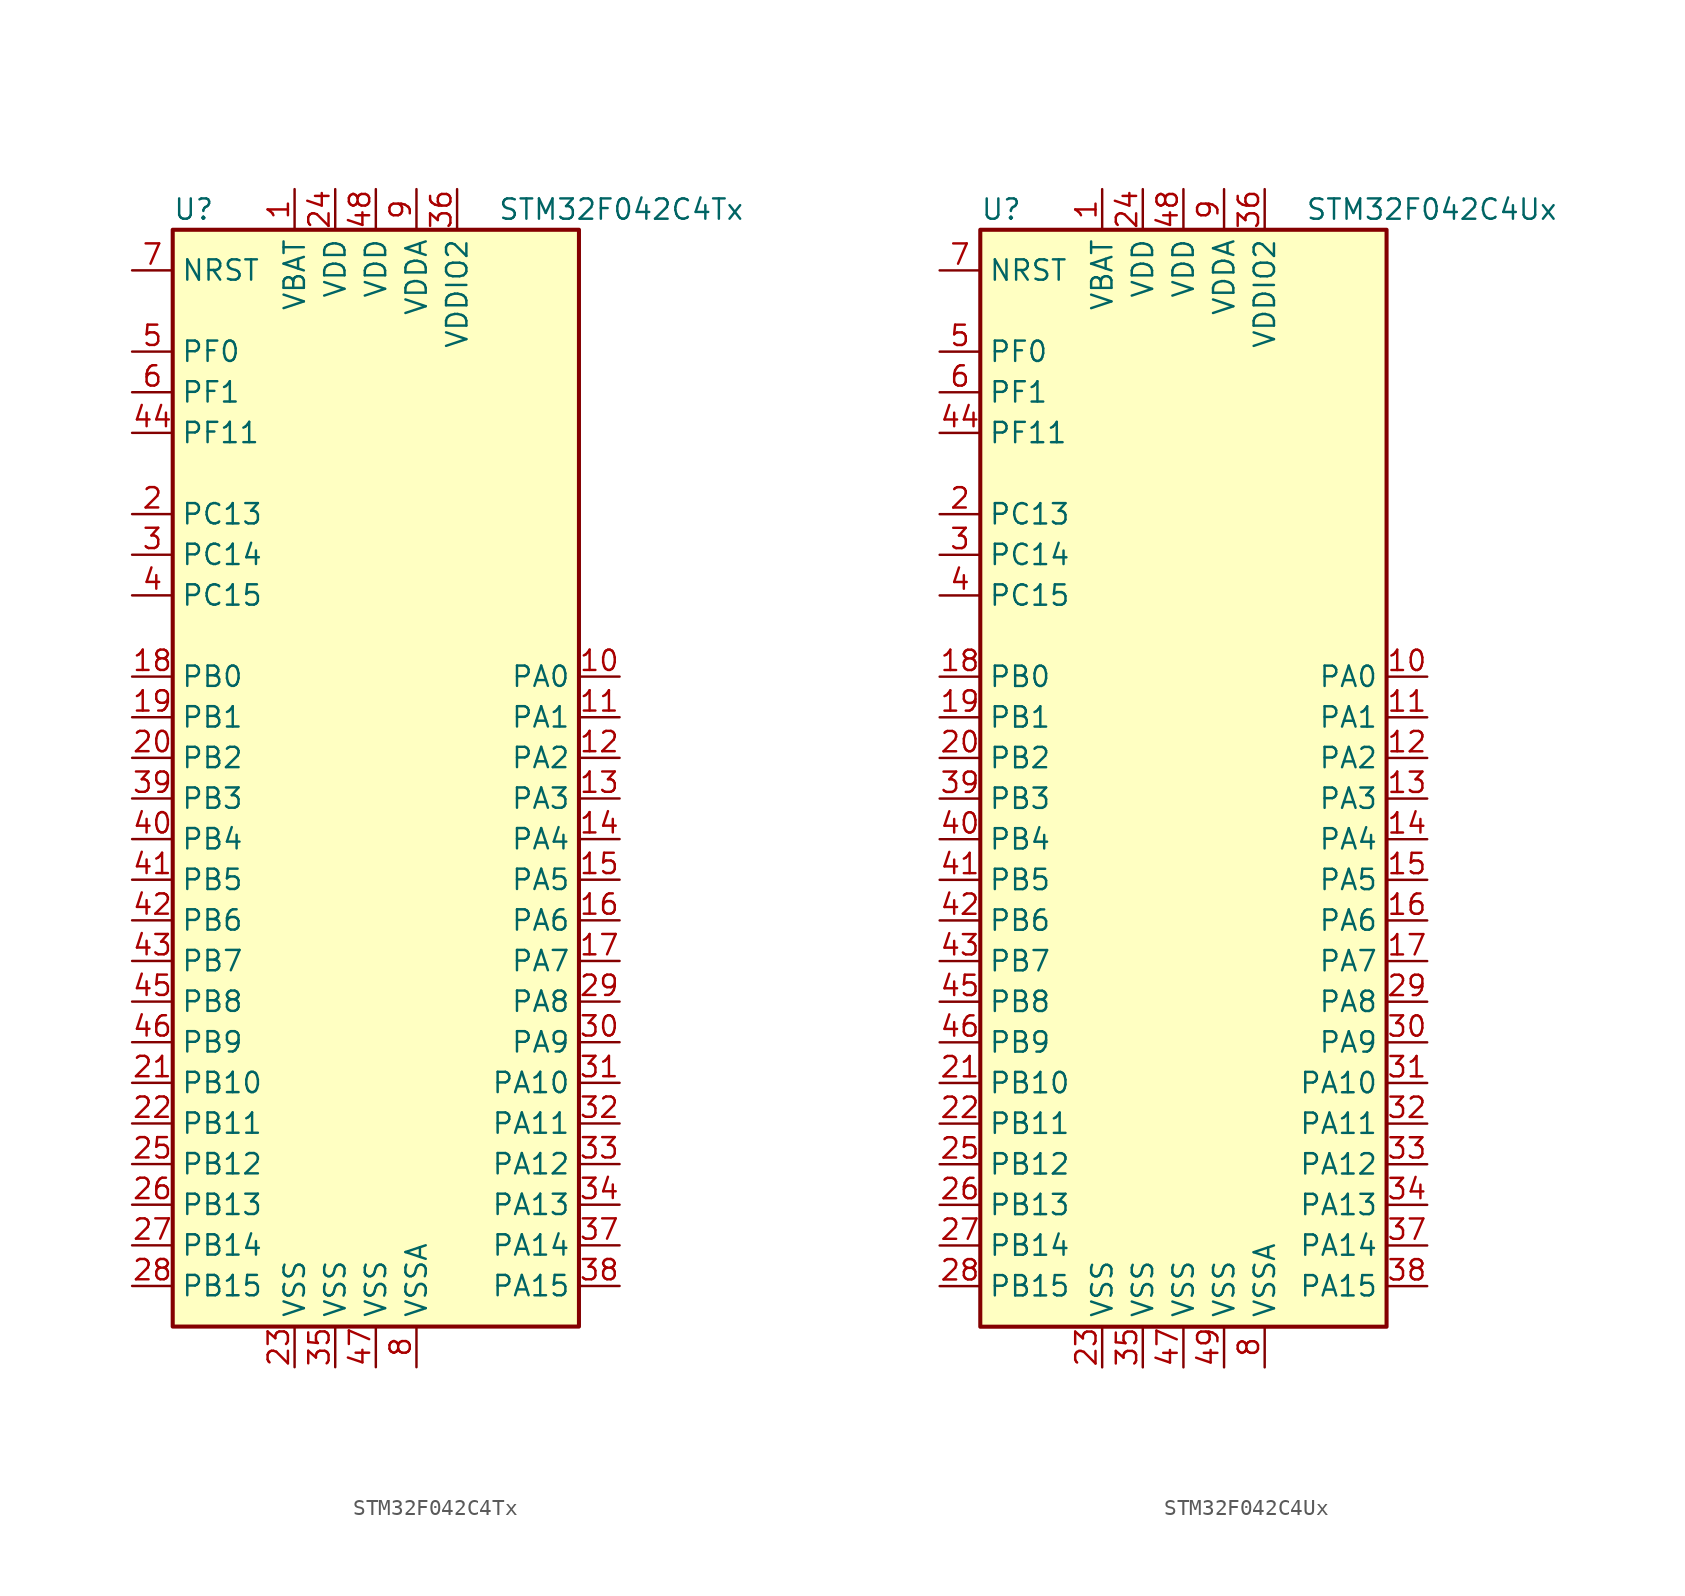
<source format=kicad_sym>
(kicad_symbol_lib
  (version 20201005)
  (generator kicad_symbol_editor)
  (symbol "STM32F042C4Tx"
    (property "Reference" "U"
      (at -12.7 34.29 0)
      (effects (font (size 1.27 1.27)) (justify left)))
    (property "Value" "STM32F042C4Tx"
      (at 7.62 34.29 0)
      (effects (font (size 1.27 1.27)) (justify left)))
    (symbol "STM32F042C4Tx_0_1"
      (rectangle (start -12.7 -35.56) (end 12.7 33.02) (stroke (width 0.254)) (fill (type background))))
    (symbol "STM32F042C4Tx_1_1"
      (pin power_in line (at -5.08 35.56 270) (length 2.54) (name "VBAT" (effects (font (size 1.27 1.27)))) (number "1" (effects (font (size 1.27 1.27)))))
      (pin bidirectional line (at 15.24 5.08 180) (length 2.54) (name "PA0" (effects (font (size 1.27 1.27)))) (number "10" (effects (font (size 1.27 1.27)))))
      (pin bidirectional line (at 15.24 2.54 180) (length 2.54) (name "PA1" (effects (font (size 1.27 1.27)))) (number "11" (effects (font (size 1.27 1.27)))))
      (pin bidirectional line (at 15.24 0 180) (length 2.54) (name "PA2" (effects (font (size 1.27 1.27)))) (number "12" (effects (font (size 1.27 1.27)))))
      (pin bidirectional line (at 15.24 -2.54 180) (length 2.54) (name "PA3" (effects (font (size 1.27 1.27)))) (number "13" (effects (font (size 1.27 1.27)))))
      (pin bidirectional line (at 15.24 -5.08 180) (length 2.54) (name "PA4" (effects (font (size 1.27 1.27)))) (number "14" (effects (font (size 1.27 1.27)))))
      (pin bidirectional line (at 15.24 -7.62 180) (length 2.54) (name "PA5" (effects (font (size 1.27 1.27)))) (number "15" (effects (font (size 1.27 1.27)))))
      (pin bidirectional line (at 15.24 -10.16 180) (length 2.54) (name "PA6" (effects (font (size 1.27 1.27)))) (number "16" (effects (font (size 1.27 1.27)))))
      (pin bidirectional line (at 15.24 -12.7 180) (length 2.54) (name "PA7" (effects (font (size 1.27 1.27)))) (number "17" (effects (font (size 1.27 1.27)))))
      (pin bidirectional line (at -15.24 5.08 0) (length 2.54) (name "PB0" (effects (font (size 1.27 1.27)))) (number "18" (effects (font (size 1.27 1.27)))))
      (pin bidirectional line (at -15.24 2.54 0) (length 2.54) (name "PB1" (effects (font (size 1.27 1.27)))) (number "19" (effects (font (size 1.27 1.27)))))
      (pin bidirectional line (at -15.24 15.24 0) (length 2.54) (name "PC13" (effects (font (size 1.27 1.27)))) (number "2" (effects (font (size 1.27 1.27)))))
      (pin bidirectional line (at -15.24 0 0) (length 2.54) (name "PB2" (effects (font (size 1.27 1.27)))) (number "20" (effects (font (size 1.27 1.27)))))
      (pin bidirectional line (at -15.24 -20.32 0) (length 2.54) (name "PB10" (effects (font (size 1.27 1.27)))) (number "21" (effects (font (size 1.27 1.27)))))
      (pin bidirectional line (at -15.24 -22.86 0) (length 2.54) (name "PB11" (effects (font (size 1.27 1.27)))) (number "22" (effects (font (size 1.27 1.27)))))
      (pin power_in line (at -5.08 -38.1 90) (length 2.54) (name "VSS" (effects (font (size 1.27 1.27)))) (number "23" (effects (font (size 1.27 1.27)))))
      (pin power_in line (at -2.54 35.56 270) (length 2.54) (name "VDD" (effects (font (size 1.27 1.27)))) (number "24" (effects (font (size 1.27 1.27)))))
      (pin bidirectional line (at -15.24 -25.4 0) (length 2.54) (name "PB12" (effects (font (size 1.27 1.27)))) (number "25" (effects (font (size 1.27 1.27)))))
      (pin bidirectional line (at -15.24 -27.94 0) (length 2.54) (name "PB13" (effects (font (size 1.27 1.27)))) (number "26" (effects (font (size 1.27 1.27)))))
      (pin bidirectional line (at -15.24 -30.48 0) (length 2.54) (name "PB14" (effects (font (size 1.27 1.27)))) (number "27" (effects (font (size 1.27 1.27)))))
      (pin bidirectional line (at -15.24 -33.02 0) (length 2.54) (name "PB15" (effects (font (size 1.27 1.27)))) (number "28" (effects (font (size 1.27 1.27)))))
      (pin bidirectional line (at 15.24 -15.24 180) (length 2.54) (name "PA8" (effects (font (size 1.27 1.27)))) (number "29" (effects (font (size 1.27 1.27)))))
      (pin bidirectional line (at -15.24 12.7 0) (length 2.54) (name "PC14" (effects (font (size 1.27 1.27)))) (number "3" (effects (font (size 1.27 1.27)))))
      (pin bidirectional line (at 15.24 -17.78 180) (length 2.54) (name "PA9" (effects (font (size 1.27 1.27)))) (number "30" (effects (font (size 1.27 1.27)))))
      (pin bidirectional line (at 15.24 -20.32 180) (length 2.54) (name "PA10" (effects (font (size 1.27 1.27)))) (number "31" (effects (font (size 1.27 1.27)))))
      (pin bidirectional line (at 15.24 -22.86 180) (length 2.54) (name "PA11" (effects (font (size 1.27 1.27)))) (number "32" (effects (font (size 1.27 1.27)))))
      (pin bidirectional line (at 15.24 -25.4 180) (length 2.54) (name "PA12" (effects (font (size 1.27 1.27)))) (number "33" (effects (font (size 1.27 1.27)))))
      (pin bidirectional line (at 15.24 -27.94 180) (length 2.54) (name "PA13" (effects (font (size 1.27 1.27)))) (number "34" (effects (font (size 1.27 1.27)))))
      (pin power_in line (at -2.54 -38.1 90) (length 2.54) (name "VSS" (effects (font (size 1.27 1.27)))) (number "35" (effects (font (size 1.27 1.27)))))
      (pin power_in line (at 5.08 35.56 270) (length 2.54) (name "VDDIO2" (effects (font (size 1.27 1.27)))) (number "36" (effects (font (size 1.27 1.27)))))
      (pin bidirectional line (at 15.24 -30.48 180) (length 2.54) (name "PA14" (effects (font (size 1.27 1.27)))) (number "37" (effects (font (size 1.27 1.27)))))
      (pin bidirectional line (at 15.24 -33.02 180) (length 2.54) (name "PA15" (effects (font (size 1.27 1.27)))) (number "38" (effects (font (size 1.27 1.27)))))
      (pin bidirectional line (at -15.24 -2.54 0) (length 2.54) (name "PB3" (effects (font (size 1.27 1.27)))) (number "39" (effects (font (size 1.27 1.27)))))
      (pin bidirectional line (at -15.24 10.16 0) (length 2.54) (name "PC15" (effects (font (size 1.27 1.27)))) (number "4" (effects (font (size 1.27 1.27)))))
      (pin bidirectional line (at -15.24 -5.08 0) (length 2.54) (name "PB4" (effects (font (size 1.27 1.27)))) (number "40" (effects (font (size 1.27 1.27)))))
      (pin bidirectional line (at -15.24 -7.62 0) (length 2.54) (name "PB5" (effects (font (size 1.27 1.27)))) (number "41" (effects (font (size 1.27 1.27)))))
      (pin bidirectional line (at -15.24 -10.16 0) (length 2.54) (name "PB6" (effects (font (size 1.27 1.27)))) (number "42" (effects (font (size 1.27 1.27)))))
      (pin bidirectional line (at -15.24 -12.7 0) (length 2.54) (name "PB7" (effects (font (size 1.27 1.27)))) (number "43" (effects (font (size 1.27 1.27)))))
      (pin bidirectional line (at -15.24 20.32 0) (length 2.54) (name "PF11" (effects (font (size 1.27 1.27)))) (number "44" (effects (font (size 1.27 1.27)))))
      (pin bidirectional line (at -15.24 -15.24 0) (length 2.54) (name "PB8" (effects (font (size 1.27 1.27)))) (number "45" (effects (font (size 1.27 1.27)))))
      (pin bidirectional line (at -15.24 -17.78 0) (length 2.54) (name "PB9" (effects (font (size 1.27 1.27)))) (number "46" (effects (font (size 1.27 1.27)))))
      (pin power_in line (at 0 -38.1 90) (length 2.54) (name "VSS" (effects (font (size 1.27 1.27)))) (number "47" (effects (font (size 1.27 1.27)))))
      (pin power_in line (at 0 35.56 270) (length 2.54) (name "VDD" (effects (font (size 1.27 1.27)))) (number "48" (effects (font (size 1.27 1.27)))))
      (pin input line (at -15.24 25.4 0) (length 2.54) (name "PF0" (effects (font (size 1.27 1.27)))) (number "5" (effects (font (size 1.27 1.27)))))
      (pin input line (at -15.24 22.86 0) (length 2.54) (name "PF1" (effects (font (size 1.27 1.27)))) (number "6" (effects (font (size 1.27 1.27)))))
      (pin input line (at -15.24 30.48 0) (length 2.54) (name "NRST" (effects (font (size 1.27 1.27)))) (number "7" (effects (font (size 1.27 1.27)))))
      (pin power_in line (at 2.54 -38.1 90) (length 2.54) (name "VSSA" (effects (font (size 1.27 1.27)))) (number "8" (effects (font (size 1.27 1.27)))))
      (pin power_in line (at 2.54 35.56 270) (length 2.54) (name "VDDA" (effects (font (size 1.27 1.27)))) (number "9" (effects (font (size 1.27 1.27)))))))
  (symbol "STM32F042C4Ux"
    (property "Reference" "U"
      (at -12.7 34.29 0)
      (effects (font (size 1.27 1.27)) (justify left)))
    (property "Value" "STM32F042C4Ux"
      (at 7.62 34.29 0)
      (effects (font (size 1.27 1.27)) (justify left)))
    (symbol "STM32F042C4Ux_0_1"
      (rectangle (start -12.7 -35.56) (end 12.7 33.02) (stroke (width 0.254)) (fill (type background))))
    (symbol "STM32F042C4Ux_1_1"
      (pin power_in line (at -5.08 35.56 270) (length 2.54) (name "VBAT" (effects (font (size 1.27 1.27)))) (number "1" (effects (font (size 1.27 1.27)))))
      (pin bidirectional line (at 15.24 5.08 180) (length 2.54) (name "PA0" (effects (font (size 1.27 1.27)))) (number "10" (effects (font (size 1.27 1.27)))))
      (pin bidirectional line (at 15.24 2.54 180) (length 2.54) (name "PA1" (effects (font (size 1.27 1.27)))) (number "11" (effects (font (size 1.27 1.27)))))
      (pin bidirectional line (at 15.24 0 180) (length 2.54) (name "PA2" (effects (font (size 1.27 1.27)))) (number "12" (effects (font (size 1.27 1.27)))))
      (pin bidirectional line (at 15.24 -2.54 180) (length 2.54) (name "PA3" (effects (font (size 1.27 1.27)))) (number "13" (effects (font (size 1.27 1.27)))))
      (pin bidirectional line (at 15.24 -5.08 180) (length 2.54) (name "PA4" (effects (font (size 1.27 1.27)))) (number "14" (effects (font (size 1.27 1.27)))))
      (pin bidirectional line (at 15.24 -7.62 180) (length 2.54) (name "PA5" (effects (font (size 1.27 1.27)))) (number "15" (effects (font (size 1.27 1.27)))))
      (pin bidirectional line (at 15.24 -10.16 180) (length 2.54) (name "PA6" (effects (font (size 1.27 1.27)))) (number "16" (effects (font (size 1.27 1.27)))))
      (pin bidirectional line (at 15.24 -12.7 180) (length 2.54) (name "PA7" (effects (font (size 1.27 1.27)))) (number "17" (effects (font (size 1.27 1.27)))))
      (pin bidirectional line (at -15.24 5.08 0) (length 2.54) (name "PB0" (effects (font (size 1.27 1.27)))) (number "18" (effects (font (size 1.27 1.27)))))
      (pin bidirectional line (at -15.24 2.54 0) (length 2.54) (name "PB1" (effects (font (size 1.27 1.27)))) (number "19" (effects (font (size 1.27 1.27)))))
      (pin bidirectional line (at -15.24 15.24 0) (length 2.54) (name "PC13" (effects (font (size 1.27 1.27)))) (number "2" (effects (font (size 1.27 1.27)))))
      (pin bidirectional line (at -15.24 0 0) (length 2.54) (name "PB2" (effects (font (size 1.27 1.27)))) (number "20" (effects (font (size 1.27 1.27)))))
      (pin bidirectional line (at -15.24 -20.32 0) (length 2.54) (name "PB10" (effects (font (size 1.27 1.27)))) (number "21" (effects (font (size 1.27 1.27)))))
      (pin bidirectional line (at -15.24 -22.86 0) (length 2.54) (name "PB11" (effects (font (size 1.27 1.27)))) (number "22" (effects (font (size 1.27 1.27)))))
      (pin power_in line (at -5.08 -38.1 90) (length 2.54) (name "VSS" (effects (font (size 1.27 1.27)))) (number "23" (effects (font (size 1.27 1.27)))))
      (pin power_in line (at -2.54 35.56 270) (length 2.54) (name "VDD" (effects (font (size 1.27 1.27)))) (number "24" (effects (font (size 1.27 1.27)))))
      (pin bidirectional line (at -15.24 -25.4 0) (length 2.54) (name "PB12" (effects (font (size 1.27 1.27)))) (number "25" (effects (font (size 1.27 1.27)))))
      (pin bidirectional line (at -15.24 -27.94 0) (length 2.54) (name "PB13" (effects (font (size 1.27 1.27)))) (number "26" (effects (font (size 1.27 1.27)))))
      (pin bidirectional line (at -15.24 -30.48 0) (length 2.54) (name "PB14" (effects (font (size 1.27 1.27)))) (number "27" (effects (font (size 1.27 1.27)))))
      (pin bidirectional line (at -15.24 -33.02 0) (length 2.54) (name "PB15" (effects (font (size 1.27 1.27)))) (number "28" (effects (font (size 1.27 1.27)))))
      (pin bidirectional line (at 15.24 -15.24 180) (length 2.54) (name "PA8" (effects (font (size 1.27 1.27)))) (number "29" (effects (font (size 1.27 1.27)))))
      (pin bidirectional line (at -15.24 12.7 0) (length 2.54) (name "PC14" (effects (font (size 1.27 1.27)))) (number "3" (effects (font (size 1.27 1.27)))))
      (pin bidirectional line (at 15.24 -17.78 180) (length 2.54) (name "PA9" (effects (font (size 1.27 1.27)))) (number "30" (effects (font (size 1.27 1.27)))))
      (pin bidirectional line (at 15.24 -20.32 180) (length 2.54) (name "PA10" (effects (font (size 1.27 1.27)))) (number "31" (effects (font (size 1.27 1.27)))))
      (pin bidirectional line (at 15.24 -22.86 180) (length 2.54) (name "PA11" (effects (font (size 1.27 1.27)))) (number "32" (effects (font (size 1.27 1.27)))))
      (pin bidirectional line (at 15.24 -25.4 180) (length 2.54) (name "PA12" (effects (font (size 1.27 1.27)))) (number "33" (effects (font (size 1.27 1.27)))))
      (pin bidirectional line (at 15.24 -27.94 180) (length 2.54) (name "PA13" (effects (font (size 1.27 1.27)))) (number "34" (effects (font (size 1.27 1.27)))))
      (pin power_in line (at -2.54 -38.1 90) (length 2.54) (name "VSS" (effects (font (size 1.27 1.27)))) (number "35" (effects (font (size 1.27 1.27)))))
      (pin power_in line (at 5.08 35.56 270) (length 2.54) (name "VDDIO2" (effects (font (size 1.27 1.27)))) (number "36" (effects (font (size 1.27 1.27)))))
      (pin bidirectional line (at 15.24 -30.48 180) (length 2.54) (name "PA14" (effects (font (size 1.27 1.27)))) (number "37" (effects (font (size 1.27 1.27)))))
      (pin bidirectional line (at 15.24 -33.02 180) (length 2.54) (name "PA15" (effects (font (size 1.27 1.27)))) (number "38" (effects (font (size 1.27 1.27)))))
      (pin bidirectional line (at -15.24 -2.54 0) (length 2.54) (name "PB3" (effects (font (size 1.27 1.27)))) (number "39" (effects (font (size 1.27 1.27)))))
      (pin bidirectional line (at -15.24 10.16 0) (length 2.54) (name "PC15" (effects (font (size 1.27 1.27)))) (number "4" (effects (font (size 1.27 1.27)))))
      (pin bidirectional line (at -15.24 -5.08 0) (length 2.54) (name "PB4" (effects (font (size 1.27 1.27)))) (number "40" (effects (font (size 1.27 1.27)))))
      (pin bidirectional line (at -15.24 -7.62 0) (length 2.54) (name "PB5" (effects (font (size 1.27 1.27)))) (number "41" (effects (font (size 1.27 1.27)))))
      (pin bidirectional line (at -15.24 -10.16 0) (length 2.54) (name "PB6" (effects (font (size 1.27 1.27)))) (number "42" (effects (font (size 1.27 1.27)))))
      (pin bidirectional line (at -15.24 -12.7 0) (length 2.54) (name "PB7" (effects (font (size 1.27 1.27)))) (number "43" (effects (font (size 1.27 1.27)))))
      (pin bidirectional line (at -15.24 20.32 0) (length 2.54) (name "PF11" (effects (font (size 1.27 1.27)))) (number "44" (effects (font (size 1.27 1.27)))))
      (pin bidirectional line (at -15.24 -15.24 0) (length 2.54) (name "PB8" (effects (font (size 1.27 1.27)))) (number "45" (effects (font (size 1.27 1.27)))))
      (pin bidirectional line (at -15.24 -17.78 0) (length 2.54) (name "PB9" (effects (font (size 1.27 1.27)))) (number "46" (effects (font (size 1.27 1.27)))))
      (pin power_in line (at 0 -38.1 90) (length 2.54) (name "VSS" (effects (font (size 1.27 1.27)))) (number "47" (effects (font (size 1.27 1.27)))))
      (pin power_in line (at 0 35.56 270) (length 2.54) (name "VDD" (effects (font (size 1.27 1.27)))) (number "48" (effects (font (size 1.27 1.27)))))
      (pin power_in line (at 2.54 -38.1 90) (length 2.54) (name "VSS" (effects (font (size 1.27 1.27)))) (number "49" (effects (font (size 1.27 1.27)))))
      (pin input line (at -15.24 25.4 0) (length 2.54) (name "PF0" (effects (font (size 1.27 1.27)))) (number "5" (effects (font (size 1.27 1.27)))))
      (pin input line (at -15.24 22.86 0) (length 2.54) (name "PF1" (effects (font (size 1.27 1.27)))) (number "6" (effects (font (size 1.27 1.27)))))
      (pin input line (at -15.24 30.48 0) (length 2.54) (name "NRST" (effects (font (size 1.27 1.27)))) (number "7" (effects (font (size 1.27 1.27)))))
      (pin power_in line (at 5.08 -38.1 90) (length 2.54) (name "VSSA" (effects (font (size 1.27 1.27)))) (number "8" (effects (font (size 1.27 1.27)))))
      (pin power_in line (at 2.54 35.56 270) (length 2.54) (name "VDDA" (effects (font (size 1.27 1.27)))) (number "9" (effects (font (size 1.27 1.27))))))))
</source>
